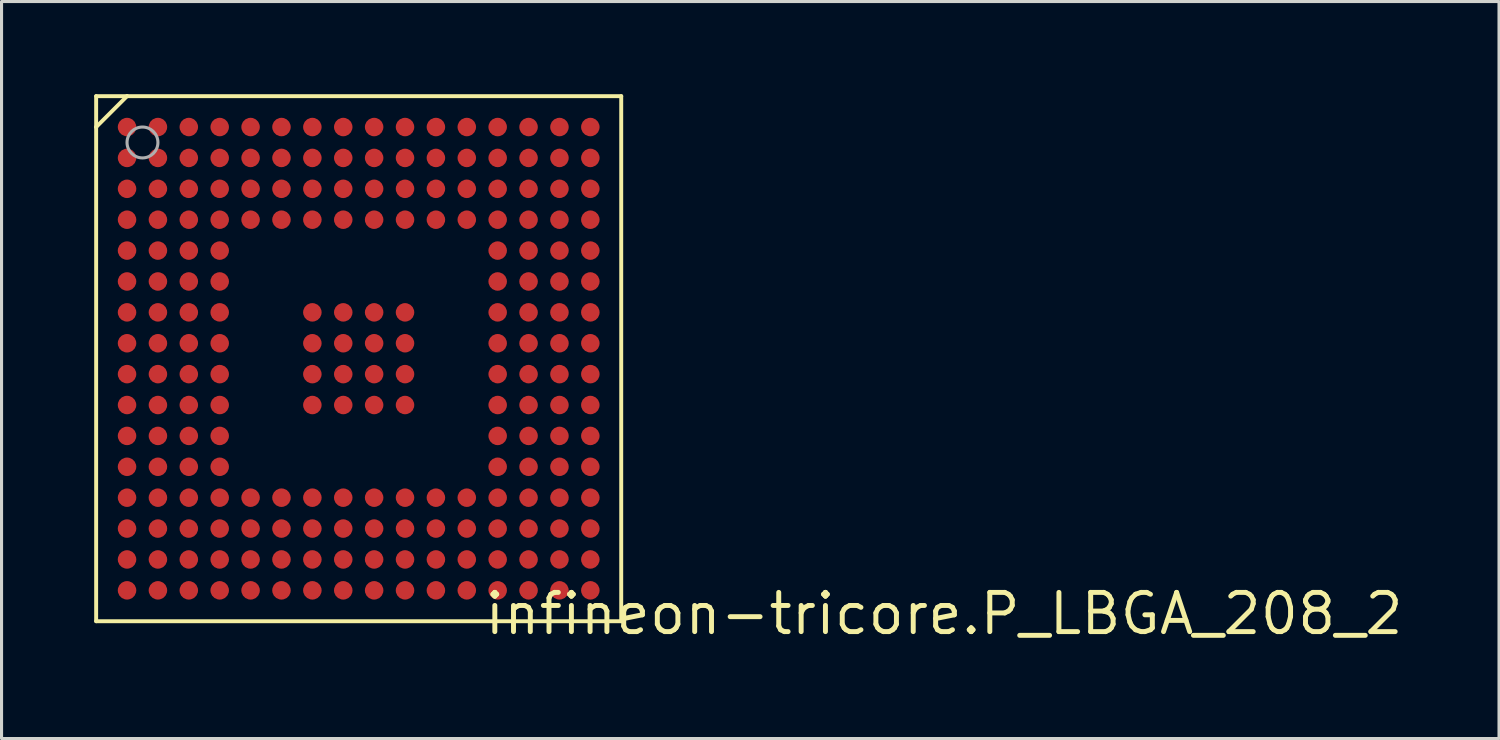
<source format=kicad_pcb>
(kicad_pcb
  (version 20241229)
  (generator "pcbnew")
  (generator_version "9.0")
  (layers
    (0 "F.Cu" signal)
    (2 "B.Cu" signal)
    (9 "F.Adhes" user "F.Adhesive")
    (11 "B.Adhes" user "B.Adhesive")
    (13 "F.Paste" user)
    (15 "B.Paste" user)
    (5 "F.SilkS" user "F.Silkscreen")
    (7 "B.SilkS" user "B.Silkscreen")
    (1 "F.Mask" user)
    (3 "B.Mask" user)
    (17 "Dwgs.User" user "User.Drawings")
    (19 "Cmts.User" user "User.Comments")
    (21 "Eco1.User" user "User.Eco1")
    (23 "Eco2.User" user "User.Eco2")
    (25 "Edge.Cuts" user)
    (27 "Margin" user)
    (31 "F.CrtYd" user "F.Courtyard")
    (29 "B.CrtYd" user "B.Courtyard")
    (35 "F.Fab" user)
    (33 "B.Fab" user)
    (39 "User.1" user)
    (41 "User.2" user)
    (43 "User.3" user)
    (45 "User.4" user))
  (footprint "infineon-tricore.P_LBGA_208_2"
    (layer "F.Cu")
    (at 8.563 8.563)
    (property "Reference" "infineon-tricore.P_LBGA_208_2" (at 4 9 180) (layer "F.SilkS") (effects (font (size 1.27 1.27) (thickness 0.16)) (justify left bottom)))
    (attr smd)
    (fp_line (start -8.5 -8.5) (end -8.5 -7.5) (stroke (width 0.127) (type default)) (layer "F.SilkS"))
    (fp_line (start -8.5 -7.5) (end -8.5 8.5) (stroke (width 0.127) (type default)) (layer "F.SilkS"))
    (fp_line (start -8.5 -7.5) (end -7.5 -8.5) (stroke (width 0.127) (type default)) (layer "F.SilkS"))
    (fp_line (start -8.5 8.5) (end 8.5 8.5) (stroke (width 0.127) (type default)) (layer "F.SilkS"))
    (fp_line (start -7.5 -8.5) (end -8.5 -8.5) (stroke (width 0.127) (type default)) (layer "F.SilkS"))
    (fp_line (start 8.5 -8.5) (end -7.5 -8.5) (stroke (width 0.127) (type default)) (layer "F.SilkS"))
    (fp_line (start 8.5 8.5) (end 8.5 -8.5) (stroke (width 0.127) (type default)) (layer "F.SilkS"))
    (fp_circle (center -7 -7) (end -6.5 -7) (stroke (width 0.1) (type default)) (fill no) (layer "F.Fab"))
    (pad "A1" smd roundrect (at -7.5 -7.5 180) (size 0.6 0.6) (layers "F.Cu" "F.Mask" "F.Paste") (roundrect_rratio 0.5))
    (pad "A2" smd roundrect (at -6.5 -7.5 180) (size 0.6 0.6) (layers "F.Cu" "F.Mask" "F.Paste") (roundrect_rratio 0.5))
    (pad "A3" smd roundrect (at -5.5 -7.5 180) (size 0.6 0.6) (layers "F.Cu" "F.Mask" "F.Paste") (roundrect_rratio 0.5))
    (pad "A4" smd roundrect (at -4.5 -7.5 180) (size 0.6 0.6) (layers "F.Cu" "F.Mask" "F.Paste") (roundrect_rratio 0.5))
    (pad "A5" smd roundrect (at -3.5 -7.5 180) (size 0.6 0.6) (layers "F.Cu" "F.Mask" "F.Paste") (roundrect_rratio 0.5))
    (pad "A6" smd roundrect (at -2.5 -7.5 180) (size 0.6 0.6) (layers "F.Cu" "F.Mask" "F.Paste") (roundrect_rratio 0.5))
    (pad "A7" smd roundrect (at -1.5 -7.5 180) (size 0.6 0.6) (layers "F.Cu" "F.Mask" "F.Paste") (roundrect_rratio 0.5))
    (pad "A8" smd roundrect (at -0.5 -7.5 180) (size 0.6 0.6) (layers "F.Cu" "F.Mask" "F.Paste") (roundrect_rratio 0.5))
    (pad "A9" smd roundrect (at 0.5 -7.5 180) (size 0.6 0.6) (layers "F.Cu" "F.Mask" "F.Paste") (roundrect_rratio 0.5))
    (pad "A10" smd roundrect (at 1.5 -7.5 180) (size 0.6 0.6) (layers "F.Cu" "F.Mask" "F.Paste") (roundrect_rratio 0.5))
    (pad "A11" smd roundrect (at 2.5 -7.5 180) (size 0.6 0.6) (layers "F.Cu" "F.Mask" "F.Paste") (roundrect_rratio 0.5))
    (pad "A12" smd roundrect (at 3.5 -7.5 180) (size 0.6 0.6) (layers "F.Cu" "F.Mask" "F.Paste") (roundrect_rratio 0.5))
    (pad "A13" smd roundrect (at 4.5 -7.5 180) (size 0.6 0.6) (layers "F.Cu" "F.Mask" "F.Paste") (roundrect_rratio 0.5))
    (pad "A14" smd roundrect (at 5.5 -7.5 180) (size 0.6 0.6) (layers "F.Cu" "F.Mask" "F.Paste") (roundrect_rratio 0.5))
    (pad "A15" smd roundrect (at 6.5 -7.5 180) (size 0.6 0.6) (layers "F.Cu" "F.Mask" "F.Paste") (roundrect_rratio 0.5))
    (pad "A16" smd roundrect (at 7.5 -7.5 180) (size 0.6 0.6) (layers "F.Cu" "F.Mask" "F.Paste") (roundrect_rratio 0.5))
    (pad "B1" smd roundrect (at -7.5 -6.5 180) (size 0.6 0.6) (layers "F.Cu" "F.Mask" "F.Paste") (roundrect_rratio 0.5))
    (pad "B2" smd roundrect (at -6.5 -6.5 180) (size 0.6 0.6) (layers "F.Cu" "F.Mask" "F.Paste") (roundrect_rratio 0.5))
    (pad "B3" smd roundrect (at -5.5 -6.5 180) (size 0.6 0.6) (layers "F.Cu" "F.Mask" "F.Paste") (roundrect_rratio 0.5))
    (pad "B4" smd roundrect (at -4.5 -6.5 180) (size 0.6 0.6) (layers "F.Cu" "F.Mask" "F.Paste") (roundrect_rratio 0.5))
    (pad "B5" smd roundrect (at -3.5 -6.5 180) (size 0.6 0.6) (layers "F.Cu" "F.Mask" "F.Paste") (roundrect_rratio 0.5))
    (pad "B6" smd roundrect (at -2.5 -6.5 180) (size 0.6 0.6) (layers "F.Cu" "F.Mask" "F.Paste") (roundrect_rratio 0.5))
    (pad "B7" smd roundrect (at -1.5 -6.5 180) (size 0.6 0.6) (layers "F.Cu" "F.Mask" "F.Paste") (roundrect_rratio 0.5))
    (pad "B8" smd roundrect (at -0.5 -6.5 180) (size 0.6 0.6) (layers "F.Cu" "F.Mask" "F.Paste") (roundrect_rratio 0.5))
    (pad "B9" smd roundrect (at 0.5 -6.5 180) (size 0.6 0.6) (layers "F.Cu" "F.Mask" "F.Paste") (roundrect_rratio 0.5))
    (pad "B10" smd roundrect (at 1.5 -6.5 180) (size 0.6 0.6) (layers "F.Cu" "F.Mask" "F.Paste") (roundrect_rratio 0.5))
    (pad "B11" smd roundrect (at 2.5 -6.5 180) (size 0.6 0.6) (layers "F.Cu" "F.Mask" "F.Paste") (roundrect_rratio 0.5))
    (pad "B12" smd roundrect (at 3.5 -6.5 180) (size 0.6 0.6) (layers "F.Cu" "F.Mask" "F.Paste") (roundrect_rratio 0.5))
    (pad "B13" smd roundrect (at 4.5 -6.5 180) (size 0.6 0.6) (layers "F.Cu" "F.Mask" "F.Paste") (roundrect_rratio 0.5))
    (pad "B14" smd roundrect (at 5.5 -6.5 180) (size 0.6 0.6) (layers "F.Cu" "F.Mask" "F.Paste") (roundrect_rratio 0.5))
    (pad "B15" smd roundrect (at 6.5 -6.5 180) (size 0.6 0.6) (layers "F.Cu" "F.Mask" "F.Paste") (roundrect_rratio 0.5))
    (pad "B16" smd roundrect (at 7.5 -6.5 180) (size 0.6 0.6) (layers "F.Cu" "F.Mask" "F.Paste") (roundrect_rratio 0.5))
    (pad "C1" smd roundrect (at -7.5 -5.5 180) (size 0.6 0.6) (layers "F.Cu" "F.Mask" "F.Paste") (roundrect_rratio 0.5))
    (pad "C2" smd roundrect (at -6.5 -5.5 180) (size 0.6 0.6) (layers "F.Cu" "F.Mask" "F.Paste") (roundrect_rratio 0.5))
    (pad "C3" smd roundrect (at -5.5 -5.5 180) (size 0.6 0.6) (layers "F.Cu" "F.Mask" "F.Paste") (roundrect_rratio 0.5))
    (pad "C4" smd roundrect (at -4.5 -5.5 180) (size 0.6 0.6) (layers "F.Cu" "F.Mask" "F.Paste") (roundrect_rratio 0.5))
    (pad "C5" smd roundrect (at -3.5 -5.5 180) (size 0.6 0.6) (layers "F.Cu" "F.Mask" "F.Paste") (roundrect_rratio 0.5))
    (pad "C6" smd roundrect (at -2.5 -5.5 180) (size 0.6 0.6) (layers "F.Cu" "F.Mask" "F.Paste") (roundrect_rratio 0.5))
    (pad "C7" smd roundrect (at -1.5 -5.5 180) (size 0.6 0.6) (layers "F.Cu" "F.Mask" "F.Paste") (roundrect_rratio 0.5))
    (pad "C8" smd roundrect (at -0.5 -5.5 180) (size 0.6 0.6) (layers "F.Cu" "F.Mask" "F.Paste") (roundrect_rratio 0.5))
    (pad "C9" smd roundrect (at 0.5 -5.5 180) (size 0.6 0.6) (layers "F.Cu" "F.Mask" "F.Paste") (roundrect_rratio 0.5))
    (pad "C10" smd roundrect (at 1.5 -5.5 180) (size 0.6 0.6) (layers "F.Cu" "F.Mask" "F.Paste") (roundrect_rratio 0.5))
    (pad "C11" smd roundrect (at 2.5 -5.5 180) (size 0.6 0.6) (layers "F.Cu" "F.Mask" "F.Paste") (roundrect_rratio 0.5))
    (pad "C12" smd roundrect (at 3.5 -5.5 180) (size 0.6 0.6) (layers "F.Cu" "F.Mask" "F.Paste") (roundrect_rratio 0.5))
    (pad "C13" smd roundrect (at 4.5 -5.5 180) (size 0.6 0.6) (layers "F.Cu" "F.Mask" "F.Paste") (roundrect_rratio 0.5))
    (pad "C14" smd roundrect (at 5.5 -5.5 180) (size 0.6 0.6) (layers "F.Cu" "F.Mask" "F.Paste") (roundrect_rratio 0.5))
    (pad "C15" smd roundrect (at 6.5 -5.5 180) (size 0.6 0.6) (layers "F.Cu" "F.Mask" "F.Paste") (roundrect_rratio 0.5))
    (pad "C16" smd roundrect (at 7.5 -5.5 180) (size 0.6 0.6) (layers "F.Cu" "F.Mask" "F.Paste") (roundrect_rratio 0.5))
    (pad "D1" smd roundrect (at -7.5 -4.5 180) (size 0.6 0.6) (layers "F.Cu" "F.Mask" "F.Paste") (roundrect_rratio 0.5))
    (pad "D2" smd roundrect (at -6.5 -4.5 180) (size 0.6 0.6) (layers "F.Cu" "F.Mask" "F.Paste") (roundrect_rratio 0.5))
    (pad "D3" smd roundrect (at -5.5 -4.5 180) (size 0.6 0.6) (layers "F.Cu" "F.Mask" "F.Paste") (roundrect_rratio 0.5))
    (pad "D4" smd roundrect (at -4.5 -4.5 180) (size 0.6 0.6) (layers "F.Cu" "F.Mask" "F.Paste") (roundrect_rratio 0.5))
    (pad "D5" smd roundrect (at -3.5 -4.5 180) (size 0.6 0.6) (layers "F.Cu" "F.Mask" "F.Paste") (roundrect_rratio 0.5))
    (pad "D6" smd roundrect (at -2.5 -4.5 180) (size 0.6 0.6) (layers "F.Cu" "F.Mask" "F.Paste") (roundrect_rratio 0.5))
    (pad "D7" smd roundrect (at -1.5 -4.5 180) (size 0.6 0.6) (layers "F.Cu" "F.Mask" "F.Paste") (roundrect_rratio 0.5))
    (pad "D8" smd roundrect (at -0.5 -4.5 180) (size 0.6 0.6) (layers "F.Cu" "F.Mask" "F.Paste") (roundrect_rratio 0.5))
    (pad "D9" smd roundrect (at 0.5 -4.5 180) (size 0.6 0.6) (layers "F.Cu" "F.Mask" "F.Paste") (roundrect_rratio 0.5))
    (pad "D10" smd roundrect (at 1.5 -4.5 180) (size 0.6 0.6) (layers "F.Cu" "F.Mask" "F.Paste") (roundrect_rratio 0.5))
    (pad "D11" smd roundrect (at 2.5 -4.5 180) (size 0.6 0.6) (layers "F.Cu" "F.Mask" "F.Paste") (roundrect_rratio 0.5))
    (pad "D12" smd roundrect (at 3.5 -4.5 180) (size 0.6 0.6) (layers "F.Cu" "F.Mask" "F.Paste") (roundrect_rratio 0.5))
    (pad "D13" smd roundrect (at 4.5 -4.5 180) (size 0.6 0.6) (layers "F.Cu" "F.Mask" "F.Paste") (roundrect_rratio 0.5))
    (pad "D14" smd roundrect (at 5.5 -4.5 180) (size 0.6 0.6) (layers "F.Cu" "F.Mask" "F.Paste") (roundrect_rratio 0.5))
    (pad "D15" smd roundrect (at 6.5 -4.5 180) (size 0.6 0.6) (layers "F.Cu" "F.Mask" "F.Paste") (roundrect_rratio 0.5))
    (pad "D16" smd roundrect (at 7.5 -4.5 180) (size 0.6 0.6) (layers "F.Cu" "F.Mask" "F.Paste") (roundrect_rratio 0.5))
    (pad "E1" smd roundrect (at -7.5 -3.5 180) (size 0.6 0.6) (layers "F.Cu" "F.Mask" "F.Paste") (roundrect_rratio 0.5))
    (pad "E2" smd roundrect (at -6.5 -3.5 180) (size 0.6 0.6) (layers "F.Cu" "F.Mask" "F.Paste") (roundrect_rratio 0.5))
    (pad "E3" smd roundrect (at -5.5 -3.5 180) (size 0.6 0.6) (layers "F.Cu" "F.Mask" "F.Paste") (roundrect_rratio 0.5))
    (pad "E4" smd roundrect (at -4.5 -3.5 180) (size 0.6 0.6) (layers "F.Cu" "F.Mask" "F.Paste") (roundrect_rratio 0.5))
    (pad "E13" smd roundrect (at 4.5 -3.5 180) (size 0.6 0.6) (layers "F.Cu" "F.Mask" "F.Paste") (roundrect_rratio 0.5))
    (pad "E14" smd roundrect (at 5.5 -3.5 180) (size 0.6 0.6) (layers "F.Cu" "F.Mask" "F.Paste") (roundrect_rratio 0.5))
    (pad "E15" smd roundrect (at 6.5 -3.5 180) (size 0.6 0.6) (layers "F.Cu" "F.Mask" "F.Paste") (roundrect_rratio 0.5))
    (pad "E16" smd roundrect (at 7.5 -3.5 180) (size 0.6 0.6) (layers "F.Cu" "F.Mask" "F.Paste") (roundrect_rratio 0.5))
    (pad "F1" smd roundrect (at -7.5 -2.5 180) (size 0.6 0.6) (layers "F.Cu" "F.Mask" "F.Paste") (roundrect_rratio 0.5))
    (pad "F2" smd roundrect (at -6.5 -2.5 180) (size 0.6 0.6) (layers "F.Cu" "F.Mask" "F.Paste") (roundrect_rratio 0.5))
    (pad "F3" smd roundrect (at -5.5 -2.5 180) (size 0.6 0.6) (layers "F.Cu" "F.Mask" "F.Paste") (roundrect_rratio 0.5))
    (pad "F4" smd roundrect (at -4.5 -2.5 180) (size 0.6 0.6) (layers "F.Cu" "F.Mask" "F.Paste") (roundrect_rratio 0.5))
    (pad "F13" smd roundrect (at 4.5 -2.5 180) (size 0.6 0.6) (layers "F.Cu" "F.Mask" "F.Paste") (roundrect_rratio 0.5))
    (pad "F14" smd roundrect (at 5.5 -2.5 180) (size 0.6 0.6) (layers "F.Cu" "F.Mask" "F.Paste") (roundrect_rratio 0.5))
    (pad "F15" smd roundrect (at 6.5 -2.5 180) (size 0.6 0.6) (layers "F.Cu" "F.Mask" "F.Paste") (roundrect_rratio 0.5))
    (pad "F16" smd roundrect (at 7.5 -2.5 180) (size 0.6 0.6) (layers "F.Cu" "F.Mask" "F.Paste") (roundrect_rratio 0.5))
    (pad "G1" smd roundrect (at -7.5 -1.5 180) (size 0.6 0.6) (layers "F.Cu" "F.Mask" "F.Paste") (roundrect_rratio 0.5))
    (pad "G2" smd roundrect (at -6.5 -1.5 180) (size 0.6 0.6) (layers "F.Cu" "F.Mask" "F.Paste") (roundrect_rratio 0.5))
    (pad "G3" smd roundrect (at -5.5 -1.5 180) (size 0.6 0.6) (layers "F.Cu" "F.Mask" "F.Paste") (roundrect_rratio 0.5))
    (pad "G4" smd roundrect (at -4.5 -1.5 180) (size 0.6 0.6) (layers "F.Cu" "F.Mask" "F.Paste") (roundrect_rratio 0.5))
    (pad "G7" smd roundrect (at -1.5 -1.5 180) (size 0.6 0.6) (layers "F.Cu" "F.Mask" "F.Paste") (roundrect_rratio 0.5))
    (pad "G8" smd roundrect (at -0.5 -1.5 180) (size 0.6 0.6) (layers "F.Cu" "F.Mask" "F.Paste") (roundrect_rratio 0.5))
    (pad "G9" smd roundrect (at 0.5 -1.5 180) (size 0.6 0.6) (layers "F.Cu" "F.Mask" "F.Paste") (roundrect_rratio 0.5))
    (pad "G10" smd roundrect (at 1.5 -1.5 180) (size 0.6 0.6) (layers "F.Cu" "F.Mask" "F.Paste") (roundrect_rratio 0.5))
    (pad "G13" smd roundrect (at 4.5 -1.5 180) (size 0.6 0.6) (layers "F.Cu" "F.Mask" "F.Paste") (roundrect_rratio 0.5))
    (pad "G14" smd roundrect (at 5.5 -1.5 180) (size 0.6 0.6) (layers "F.Cu" "F.Mask" "F.Paste") (roundrect_rratio 0.5))
    (pad "G15" smd roundrect (at 6.5 -1.5 180) (size 0.6 0.6) (layers "F.Cu" "F.Mask" "F.Paste") (roundrect_rratio 0.5))
    (pad "G16" smd roundrect (at 7.5 -1.5 180) (size 0.6 0.6) (layers "F.Cu" "F.Mask" "F.Paste") (roundrect_rratio 0.5))
    (pad "H1" smd roundrect (at -7.5 -0.5 180) (size 0.6 0.6) (layers "F.Cu" "F.Mask" "F.Paste") (roundrect_rratio 0.5))
    (pad "H2" smd roundrect (at -6.5 -0.5 180) (size 0.6 0.6) (layers "F.Cu" "F.Mask" "F.Paste") (roundrect_rratio 0.5))
    (pad "H3" smd roundrect (at -5.5 -0.5 180) (size 0.6 0.6) (layers "F.Cu" "F.Mask" "F.Paste") (roundrect_rratio 0.5))
    (pad "H4" smd roundrect (at -4.5 -0.5 180) (size 0.6 0.6) (layers "F.Cu" "F.Mask" "F.Paste") (roundrect_rratio 0.5))
    (pad "H7" smd roundrect (at -1.5 -0.5 180) (size 0.6 0.6) (layers "F.Cu" "F.Mask" "F.Paste") (roundrect_rratio 0.5))
    (pad "H8" smd roundrect (at -0.5 -0.5 180) (size 0.6 0.6) (layers "F.Cu" "F.Mask" "F.Paste") (roundrect_rratio 0.5))
    (pad "H9" smd roundrect (at 0.5 -0.5 180) (size 0.6 0.6) (layers "F.Cu" "F.Mask" "F.Paste") (roundrect_rratio 0.5))
    (pad "H10" smd roundrect (at 1.5 -0.5 180) (size 0.6 0.6) (layers "F.Cu" "F.Mask" "F.Paste") (roundrect_rratio 0.5))
    (pad "H13" smd roundrect (at 4.5 -0.5 180) (size 0.6 0.6) (layers "F.Cu" "F.Mask" "F.Paste") (roundrect_rratio 0.5))
    (pad "H14" smd roundrect (at 5.5 -0.5 180) (size 0.6 0.6) (layers "F.Cu" "F.Mask" "F.Paste") (roundrect_rratio 0.5))
    (pad "H15" smd roundrect (at 6.5 -0.5 180) (size 0.6 0.6) (layers "F.Cu" "F.Mask" "F.Paste") (roundrect_rratio 0.5))
    (pad "H16" smd roundrect (at 7.5 -0.5 180) (size 0.6 0.6) (layers "F.Cu" "F.Mask" "F.Paste") (roundrect_rratio 0.5))
    (pad "J1" smd roundrect (at -7.5 0.5 180) (size 0.6 0.6) (layers "F.Cu" "F.Mask" "F.Paste") (roundrect_rratio 0.5))
    (pad "J2" smd roundrect (at -6.5 0.5 180) (size 0.6 0.6) (layers "F.Cu" "F.Mask" "F.Paste") (roundrect_rratio 0.5))
    (pad "J3" smd roundrect (at -5.5 0.5 180) (size 0.6 0.6) (layers "F.Cu" "F.Mask" "F.Paste") (roundrect_rratio 0.5))
    (pad "J4" smd roundrect (at -4.5 0.5 180) (size 0.6 0.6) (layers "F.Cu" "F.Mask" "F.Paste") (roundrect_rratio 0.5))
    (pad "J7" smd roundrect (at -1.5 0.5 180) (size 0.6 0.6) (layers "F.Cu" "F.Mask" "F.Paste") (roundrect_rratio 0.5))
    (pad "J8" smd roundrect (at -0.5 0.5 180) (size 0.6 0.6) (layers "F.Cu" "F.Mask" "F.Paste") (roundrect_rratio 0.5))
    (pad "J9" smd roundrect (at 0.5 0.5 180) (size 0.6 0.6) (layers "F.Cu" "F.Mask" "F.Paste") (roundrect_rratio 0.5))
    (pad "J10" smd roundrect (at 1.5 0.5 180) (size 0.6 0.6) (layers "F.Cu" "F.Mask" "F.Paste") (roundrect_rratio 0.5))
    (pad "J13" smd roundrect (at 4.5 0.5 180) (size 0.6 0.6) (layers "F.Cu" "F.Mask" "F.Paste") (roundrect_rratio 0.5))
    (pad "J14" smd roundrect (at 5.5 0.5 180) (size 0.6 0.6) (layers "F.Cu" "F.Mask" "F.Paste") (roundrect_rratio 0.5))
    (pad "J15" smd roundrect (at 6.5 0.5 180) (size 0.6 0.6) (layers "F.Cu" "F.Mask" "F.Paste") (roundrect_rratio 0.5))
    (pad "J16" smd roundrect (at 7.5 0.5 180) (size 0.6 0.6) (layers "F.Cu" "F.Mask" "F.Paste") (roundrect_rratio 0.5))
    (pad "K1" smd roundrect (at -7.5 1.5 180) (size 0.6 0.6) (layers "F.Cu" "F.Mask" "F.Paste") (roundrect_rratio 0.5))
    (pad "K2" smd roundrect (at -6.5 1.5 180) (size 0.6 0.6) (layers "F.Cu" "F.Mask" "F.Paste") (roundrect_rratio 0.5))
    (pad "K3" smd roundrect (at -5.5 1.5 180) (size 0.6 0.6) (layers "F.Cu" "F.Mask" "F.Paste") (roundrect_rratio 0.5))
    (pad "K4" smd roundrect (at -4.5 1.5 180) (size 0.6 0.6) (layers "F.Cu" "F.Mask" "F.Paste") (roundrect_rratio 0.5))
    (pad "K7" smd roundrect (at -1.5 1.5 180) (size 0.6 0.6) (layers "F.Cu" "F.Mask" "F.Paste") (roundrect_rratio 0.5))
    (pad "K8" smd roundrect (at -0.5 1.5 180) (size 0.6 0.6) (layers "F.Cu" "F.Mask" "F.Paste") (roundrect_rratio 0.5))
    (pad "K9" smd roundrect (at 0.5 1.5 180) (size 0.6 0.6) (layers "F.Cu" "F.Mask" "F.Paste") (roundrect_rratio 0.5))
    (pad "K10" smd roundrect (at 1.5 1.5 180) (size 0.6 0.6) (layers "F.Cu" "F.Mask" "F.Paste") (roundrect_rratio 0.5))
    (pad "K13" smd roundrect (at 4.5 1.5 180) (size 0.6 0.6) (layers "F.Cu" "F.Mask" "F.Paste") (roundrect_rratio 0.5))
    (pad "K14" smd roundrect (at 5.5 1.5 180) (size 0.6 0.6) (layers "F.Cu" "F.Mask" "F.Paste") (roundrect_rratio 0.5))
    (pad "K15" smd roundrect (at 6.5 1.5 180) (size 0.6 0.6) (layers "F.Cu" "F.Mask" "F.Paste") (roundrect_rratio 0.5))
    (pad "K16" smd roundrect (at 7.5 1.5 180) (size 0.6 0.6) (layers "F.Cu" "F.Mask" "F.Paste") (roundrect_rratio 0.5))
    (pad "L1" smd roundrect (at -7.5 2.5 180) (size 0.6 0.6) (layers "F.Cu" "F.Mask" "F.Paste") (roundrect_rratio 0.5))
    (pad "L2" smd roundrect (at -6.5 2.5 180) (size 0.6 0.6) (layers "F.Cu" "F.Mask" "F.Paste") (roundrect_rratio 0.5))
    (pad "L3" smd roundrect (at -5.5 2.5 180) (size 0.6 0.6) (layers "F.Cu" "F.Mask" "F.Paste") (roundrect_rratio 0.5))
    (pad "L4" smd roundrect (at -4.5 2.5 180) (size 0.6 0.6) (layers "F.Cu" "F.Mask" "F.Paste") (roundrect_rratio 0.5))
    (pad "L13" smd roundrect (at 4.5 2.5 180) (size 0.6 0.6) (layers "F.Cu" "F.Mask" "F.Paste") (roundrect_rratio 0.5))
    (pad "L14" smd roundrect (at 5.5 2.5 180) (size 0.6 0.6) (layers "F.Cu" "F.Mask" "F.Paste") (roundrect_rratio 0.5))
    (pad "L15" smd roundrect (at 6.5 2.5 180) (size 0.6 0.6) (layers "F.Cu" "F.Mask" "F.Paste") (roundrect_rratio 0.5))
    (pad "L16" smd roundrect (at 7.5 2.5 180) (size 0.6 0.6) (layers "F.Cu" "F.Mask" "F.Paste") (roundrect_rratio 0.5))
    (pad "M1" smd roundrect (at -7.5 3.5 180) (size 0.6 0.6) (layers "F.Cu" "F.Mask" "F.Paste") (roundrect_rratio 0.5))
    (pad "M2" smd roundrect (at -6.5 3.5 180) (size 0.6 0.6) (layers "F.Cu" "F.Mask" "F.Paste") (roundrect_rratio 0.5))
    (pad "M3" smd roundrect (at -5.5 3.5 180) (size 0.6 0.6) (layers "F.Cu" "F.Mask" "F.Paste") (roundrect_rratio 0.5))
    (pad "M4" smd roundrect (at -4.5 3.5 180) (size 0.6 0.6) (layers "F.Cu" "F.Mask" "F.Paste") (roundrect_rratio 0.5))
    (pad "M13" smd roundrect (at 4.5 3.5 180) (size 0.6 0.6) (layers "F.Cu" "F.Mask" "F.Paste") (roundrect_rratio 0.5))
    (pad "M14" smd roundrect (at 5.5 3.5 180) (size 0.6 0.6) (layers "F.Cu" "F.Mask" "F.Paste") (roundrect_rratio 0.5))
    (pad "M15" smd roundrect (at 6.5 3.5 180) (size 0.6 0.6) (layers "F.Cu" "F.Mask" "F.Paste") (roundrect_rratio 0.5))
    (pad "M16" smd roundrect (at 7.5 3.5 180) (size 0.6 0.6) (layers "F.Cu" "F.Mask" "F.Paste") (roundrect_rratio 0.5))
    (pad "N1" smd roundrect (at -7.5 4.5 180) (size 0.6 0.6) (layers "F.Cu" "F.Mask" "F.Paste") (roundrect_rratio 0.5))
    (pad "N2" smd roundrect (at -6.5 4.5 180) (size 0.6 0.6) (layers "F.Cu" "F.Mask" "F.Paste") (roundrect_rratio 0.5))
    (pad "N3" smd roundrect (at -5.5 4.5 180) (size 0.6 0.6) (layers "F.Cu" "F.Mask" "F.Paste") (roundrect_rratio 0.5))
    (pad "N4" smd roundrect (at -4.5 4.5 180) (size 0.6 0.6) (layers "F.Cu" "F.Mask" "F.Paste") (roundrect_rratio 0.5))
    (pad "N5" smd roundrect (at -3.5 4.5 180) (size 0.6 0.6) (layers "F.Cu" "F.Mask" "F.Paste") (roundrect_rratio 0.5))
    (pad "N6" smd roundrect (at -2.5 4.5 180) (size 0.6 0.6) (layers "F.Cu" "F.Mask" "F.Paste") (roundrect_rratio 0.5))
    (pad "N7" smd roundrect (at -1.5 4.5 180) (size 0.6 0.6) (layers "F.Cu" "F.Mask" "F.Paste") (roundrect_rratio 0.5))
    (pad "N8" smd roundrect (at -0.5 4.5 180) (size 0.6 0.6) (layers "F.Cu" "F.Mask" "F.Paste") (roundrect_rratio 0.5))
    (pad "N9" smd roundrect (at 0.5 4.5 180) (size 0.6 0.6) (layers "F.Cu" "F.Mask" "F.Paste") (roundrect_rratio 0.5))
    (pad "N10" smd roundrect (at 1.5 4.5 180) (size 0.6 0.6) (layers "F.Cu" "F.Mask" "F.Paste") (roundrect_rratio 0.5))
    (pad "N11" smd roundrect (at 2.5 4.5 180) (size 0.6 0.6) (layers "F.Cu" "F.Mask" "F.Paste") (roundrect_rratio 0.5))
    (pad "N12" smd roundrect (at 3.5 4.5 180) (size 0.6 0.6) (layers "F.Cu" "F.Mask" "F.Paste") (roundrect_rratio 0.5))
    (pad "N13" smd roundrect (at 4.5 4.5 180) (size 0.6 0.6) (layers "F.Cu" "F.Mask" "F.Paste") (roundrect_rratio 0.5))
    (pad "N14" smd roundrect (at 5.5 4.5 180) (size 0.6 0.6) (layers "F.Cu" "F.Mask" "F.Paste") (roundrect_rratio 0.5))
    (pad "N15" smd roundrect (at 6.5 4.5 180) (size 0.6 0.6) (layers "F.Cu" "F.Mask" "F.Paste") (roundrect_rratio 0.5))
    (pad "N16" smd roundrect (at 7.5 4.5 180) (size 0.6 0.6) (layers "F.Cu" "F.Mask" "F.Paste") (roundrect_rratio 0.5))
    (pad "P1" smd roundrect (at -7.5 5.5 180) (size 0.6 0.6) (layers "F.Cu" "F.Mask" "F.Paste") (roundrect_rratio 0.5))
    (pad "P2" smd roundrect (at -6.5 5.5 180) (size 0.6 0.6) (layers "F.Cu" "F.Mask" "F.Paste") (roundrect_rratio 0.5))
    (pad "P3" smd roundrect (at -5.5 5.5 180) (size 0.6 0.6) (layers "F.Cu" "F.Mask" "F.Paste") (roundrect_rratio 0.5))
    (pad "P4" smd roundrect (at -4.5 5.5 180) (size 0.6 0.6) (layers "F.Cu" "F.Mask" "F.Paste") (roundrect_rratio 0.5))
    (pad "P5" smd roundrect (at -3.5 5.5 180) (size 0.6 0.6) (layers "F.Cu" "F.Mask" "F.Paste") (roundrect_rratio 0.5))
    (pad "P6" smd roundrect (at -2.5 5.5 180) (size 0.6 0.6) (layers "F.Cu" "F.Mask" "F.Paste") (roundrect_rratio 0.5))
    (pad "P7" smd roundrect (at -1.5 5.5 180) (size 0.6 0.6) (layers "F.Cu" "F.Mask" "F.Paste") (roundrect_rratio 0.5))
    (pad "P8" smd roundrect (at -0.5 5.5 180) (size 0.6 0.6) (layers "F.Cu" "F.Mask" "F.Paste") (roundrect_rratio 0.5))
    (pad "P9" smd roundrect (at 0.5 5.5 180) (size 0.6 0.6) (layers "F.Cu" "F.Mask" "F.Paste") (roundrect_rratio 0.5))
    (pad "P10" smd roundrect (at 1.5 5.5 180) (size 0.6 0.6) (layers "F.Cu" "F.Mask" "F.Paste") (roundrect_rratio 0.5))
    (pad "P11" smd roundrect (at 2.5 5.5 180) (size 0.6 0.6) (layers "F.Cu" "F.Mask" "F.Paste") (roundrect_rratio 0.5))
    (pad "P12" smd roundrect (at 3.5 5.5 180) (size 0.6 0.6) (layers "F.Cu" "F.Mask" "F.Paste") (roundrect_rratio 0.5))
    (pad "P13" smd roundrect (at 4.5 5.5 180) (size 0.6 0.6) (layers "F.Cu" "F.Mask" "F.Paste") (roundrect_rratio 0.5))
    (pad "P14" smd roundrect (at 5.5 5.5 180) (size 0.6 0.6) (layers "F.Cu" "F.Mask" "F.Paste") (roundrect_rratio 0.5))
    (pad "P15" smd roundrect (at 6.5 5.5 180) (size 0.6 0.6) (layers "F.Cu" "F.Mask" "F.Paste") (roundrect_rratio 0.5))
    (pad "P16" smd roundrect (at 7.5 5.5 180) (size 0.6 0.6) (layers "F.Cu" "F.Mask" "F.Paste") (roundrect_rratio 0.5))
    (pad "R1" smd roundrect (at -7.5 6.5 180) (size 0.6 0.6) (layers "F.Cu" "F.Mask" "F.Paste") (roundrect_rratio 0.5))
    (pad "R2" smd roundrect (at -6.5 6.5 180) (size 0.6 0.6) (layers "F.Cu" "F.Mask" "F.Paste") (roundrect_rratio 0.5))
    (pad "R3" smd roundrect (at -5.5 6.5 180) (size 0.6 0.6) (layers "F.Cu" "F.Mask" "F.Paste") (roundrect_rratio 0.5))
    (pad "R4" smd roundrect (at -4.5 6.5 180) (size 0.6 0.6) (layers "F.Cu" "F.Mask" "F.Paste") (roundrect_rratio 0.5))
    (pad "R5" smd roundrect (at -3.5 6.5 180) (size 0.6 0.6) (layers "F.Cu" "F.Mask" "F.Paste") (roundrect_rratio 0.5))
    (pad "R6" smd roundrect (at -2.5 6.5 180) (size 0.6 0.6) (layers "F.Cu" "F.Mask" "F.Paste") (roundrect_rratio 0.5))
    (pad "R7" smd roundrect (at -1.5 6.5 180) (size 0.6 0.6) (layers "F.Cu" "F.Mask" "F.Paste") (roundrect_rratio 0.5))
    (pad "R8" smd roundrect (at -0.5 6.5 180) (size 0.6 0.6) (layers "F.Cu" "F.Mask" "F.Paste") (roundrect_rratio 0.5))
    (pad "R9" smd roundrect (at 0.5 6.5 180) (size 0.6 0.6) (layers "F.Cu" "F.Mask" "F.Paste") (roundrect_rratio 0.5))
    (pad "R10" smd roundrect (at 1.5 6.5 180) (size 0.6 0.6) (layers "F.Cu" "F.Mask" "F.Paste") (roundrect_rratio 0.5))
    (pad "R11" smd roundrect (at 2.5 6.5 180) (size 0.6 0.6) (layers "F.Cu" "F.Mask" "F.Paste") (roundrect_rratio 0.5))
    (pad "R12" smd roundrect (at 3.5 6.5 180) (size 0.6 0.6) (layers "F.Cu" "F.Mask" "F.Paste") (roundrect_rratio 0.5))
    (pad "R13" smd roundrect (at 4.5 6.5 180) (size 0.6 0.6) (layers "F.Cu" "F.Mask" "F.Paste") (roundrect_rratio 0.5))
    (pad "R14" smd roundrect (at 5.5 6.5 180) (size 0.6 0.6) (layers "F.Cu" "F.Mask" "F.Paste") (roundrect_rratio 0.5))
    (pad "R15" smd roundrect (at 6.5 6.5 180) (size 0.6 0.6) (layers "F.Cu" "F.Mask" "F.Paste") (roundrect_rratio 0.5))
    (pad "R16" smd roundrect (at 7.5 6.5 180) (size 0.6 0.6) (layers "F.Cu" "F.Mask" "F.Paste") (roundrect_rratio 0.5))
    (pad "T1" smd roundrect (at -7.5 7.5 180) (size 0.6 0.6) (layers "F.Cu" "F.Mask" "F.Paste") (roundrect_rratio 0.5))
    (pad "T2" smd roundrect (at -6.5 7.5 180) (size 0.6 0.6) (layers "F.Cu" "F.Mask" "F.Paste") (roundrect_rratio 0.5))
    (pad "T3" smd roundrect (at -5.5 7.5 180) (size 0.6 0.6) (layers "F.Cu" "F.Mask" "F.Paste") (roundrect_rratio 0.5))
    (pad "T4" smd roundrect (at -4.5 7.5 180) (size 0.6 0.6) (layers "F.Cu" "F.Mask" "F.Paste") (roundrect_rratio 0.5))
    (pad "T5" smd roundrect (at -3.5 7.5 180) (size 0.6 0.6) (layers "F.Cu" "F.Mask" "F.Paste") (roundrect_rratio 0.5))
    (pad "T6" smd roundrect (at -2.5 7.5 180) (size 0.6 0.6) (layers "F.Cu" "F.Mask" "F.Paste") (roundrect_rratio 0.5))
    (pad "T7" smd roundrect (at -1.5 7.5 180) (size 0.6 0.6) (layers "F.Cu" "F.Mask" "F.Paste") (roundrect_rratio 0.5))
    (pad "T8" smd roundrect (at -0.5 7.5 180) (size 0.6 0.6) (layers "F.Cu" "F.Mask" "F.Paste") (roundrect_rratio 0.5))
    (pad "T9" smd roundrect (at 0.5 7.5 180) (size 0.6 0.6) (layers "F.Cu" "F.Mask" "F.Paste") (roundrect_rratio 0.5))
    (pad "T10" smd roundrect (at 1.5 7.5 180) (size 0.6 0.6) (layers "F.Cu" "F.Mask" "F.Paste") (roundrect_rratio 0.5))
    (pad "T11" smd roundrect (at 2.5 7.5 180) (size 0.6 0.6) (layers "F.Cu" "F.Mask" "F.Paste") (roundrect_rratio 0.5))
    (pad "T12" smd roundrect (at 3.5 7.5 180) (size 0.6 0.6) (layers "F.Cu" "F.Mask" "F.Paste") (roundrect_rratio 0.5))
    (pad "T13" smd roundrect (at 4.5 7.5 180) (size 0.6 0.6) (layers "F.Cu" "F.Mask" "F.Paste") (roundrect_rratio 0.5))
    (pad "T14" smd roundrect (at 5.5 7.5 180) (size 0.6 0.6) (layers "F.Cu" "F.Mask" "F.Paste") (roundrect_rratio 0.5))
    (pad "T15" smd roundrect (at 6.5 7.5 180) (size 0.6 0.6) (layers "F.Cu" "F.Mask" "F.Paste") (roundrect_rratio 0.5))
    (pad "T16" smd roundrect (at 7.5 7.5 180) (size 0.6 0.6) (layers "F.Cu" "F.Mask" "F.Paste") (roundrect_rratio 0.5)))
  (gr_rect
    (start -3 -3)
    (end 45.483 20.861)
    (stroke (width 0.1) (type default))
    (fill no)
    (layer "Edge.Cuts")))
</source>
